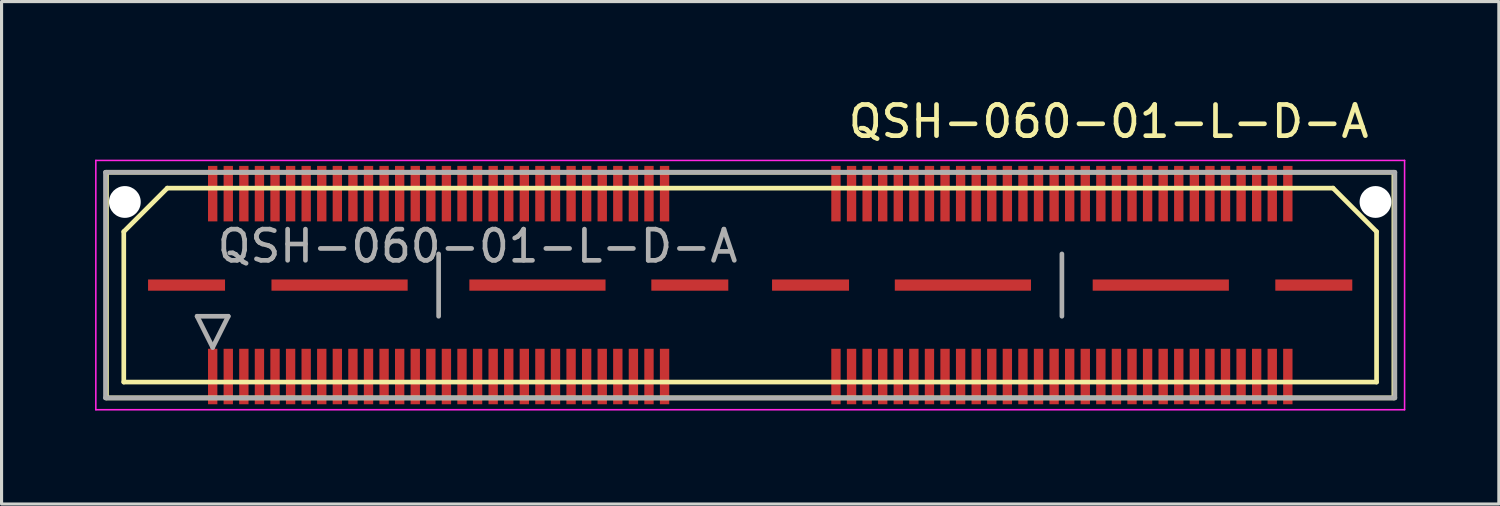
<source format=kicad_pcb>
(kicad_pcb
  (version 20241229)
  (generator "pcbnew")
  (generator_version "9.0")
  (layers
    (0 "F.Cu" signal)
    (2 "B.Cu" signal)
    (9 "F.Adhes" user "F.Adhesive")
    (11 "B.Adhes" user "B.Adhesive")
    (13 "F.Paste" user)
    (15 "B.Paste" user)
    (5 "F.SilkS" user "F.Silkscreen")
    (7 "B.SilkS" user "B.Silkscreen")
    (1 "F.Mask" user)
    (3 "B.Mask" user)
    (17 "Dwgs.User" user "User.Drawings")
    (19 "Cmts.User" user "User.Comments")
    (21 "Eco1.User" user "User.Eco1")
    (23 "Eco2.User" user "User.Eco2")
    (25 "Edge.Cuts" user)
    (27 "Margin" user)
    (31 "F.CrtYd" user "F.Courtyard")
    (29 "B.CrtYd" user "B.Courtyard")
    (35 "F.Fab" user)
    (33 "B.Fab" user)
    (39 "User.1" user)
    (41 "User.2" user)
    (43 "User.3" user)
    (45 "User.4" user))
  (footprint "QSH-060-01-L-D-A"
    (layer "F.Cu")
    (at 21.022 6.098)
    (property "Reference" "QSH-060-01-L-D-A" (at 11.503 -5.25 0) (layer "F.SilkS") (effects (font (size 1 1) (thickness 0.15))))
    (attr smd)
    (fp_line (start -20.655 -3.62) (end 20.655 -3.62) (stroke (width 0.15) (type solid)) (layer "F.SilkS"))
    (fp_line (start -20.655 3.62) (end -20.655 -3.62) (stroke (width 0.15) (type solid)) (layer "F.SilkS"))
    (fp_line (start -20.1 -1.715) (end -20.1 3.112) (stroke (width 0.15) (type solid)) (layer "F.SilkS"))
    (fp_line (start -20.1 3.112) (end 20.1 3.112) (stroke (width 0.15) (type solid)) (layer "F.SilkS"))
    (fp_line (start -18.703 -3.112) (end -20.1 -1.715) (stroke (width 0.15) (type solid)) (layer "F.SilkS"))
    (fp_line (start 18.703 -3.112) (end -18.703 -3.112) (stroke (width 0.15) (type solid)) (layer "F.SilkS"))
    (fp_line (start 20.1 -1.715) (end 18.703 -3.112) (stroke (width 0.15) (type solid)) (layer "F.SilkS"))
    (fp_line (start 20.1 3.112) (end 20.1 -1.715) (stroke (width 0.15) (type solid)) (layer "F.SilkS"))
    (fp_line (start 20.655 -3.62) (end 20.655 3.62) (stroke (width 0.15) (type solid)) (layer "F.SilkS"))
    (fp_line (start 20.655 3.62) (end -20.655 3.62) (stroke (width 0.15) (type solid)) (layer "F.SilkS"))
    (fp_line (start -20.997 -4) (end -20.997 4) (stroke (width 0.05) (type solid)) (layer "F.CrtYd"))
    (fp_line (start -20.997 -4) (end 20.999 -4) (stroke (width 0.05) (type solid)) (layer "F.CrtYd"))
    (fp_line (start 20.999 -4) (end 20.999 4) (stroke (width 0.05) (type solid)) (layer "F.CrtYd"))
    (fp_line (start 20.999 4) (end -20.997 4) (stroke (width 0.05) (type solid)) (layer "F.CrtYd"))
    (fp_line (start -20.687 -3.62) (end -20.687 3.62) (stroke (width 0.15) (type solid)) (layer "F.Fab"))
    (fp_line (start -20.687 3.62) (end 20.687 3.62) (stroke (width 0.15) (type solid)) (layer "F.Fab"))
    (fp_line (start -17.747 1) (end -16.747 1) (stroke (width 0.15) (type solid)) (layer "F.Fab"))
    (fp_line (start -17.247 2) (end -17.747 1) (stroke (width 0.15) (type solid)) (layer "F.Fab"))
    (fp_line (start -16.747 1) (end -17.247 2) (stroke (width 0.15) (type solid)) (layer "F.Fab"))
    (fp_line (start -9.997 -1) (end -9.997 1) (stroke (width 0.15) (type solid)) (layer "F.Fab"))
    (fp_line (start 10.003 -1) (end 10.003 1) (stroke (width 0.15) (type solid)) (layer "F.Fab"))
    (fp_line (start 20.687 -3.62) (end -20.687 -3.62) (stroke (width 0.15) (type solid)) (layer "F.Fab"))
    (fp_line (start 20.687 3.62) (end 20.687 -3.62) (stroke (width 0.15) (type solid)) (layer "F.Fab"))
    (fp_text user "${REFERENCE}" (at -8.747 -1.25 0) (layer "F.Fab") (effects (font (size 1 1) (thickness 0.15))))
    (pad "" np_thru_hole circle (at -20.066 -2.667) (size 1.02 1.02) (drill 1.02) (layers "*.Cu" "*.Mask"))
    (pad "" np_thru_hole circle (at 20.066 -2.667) (size 1.02 1.02) (drill 1.02) (layers "*.Cu" "*.Mask"))
    (pad "1" smd rect (at -17.247 2.934) (size 0.3 1.78) (layers "F.Cu" "F.Mask" "F.Paste"))
    (pad "2" smd rect (at -17.247 -2.934) (size 0.3 1.78) (layers "F.Cu" "F.Mask" "F.Paste"))
    (pad "3" smd rect (at -16.747 2.934) (size 0.3 1.78) (layers "F.Cu" "F.Mask" "F.Paste"))
    (pad "4" smd rect (at -16.747 -2.934) (size 0.3 1.78) (layers "F.Cu" "F.Mask" "F.Paste"))
    (pad "5" smd rect (at -16.247 2.934) (size 0.3 1.78) (layers "F.Cu" "F.Mask" "F.Paste"))
    (pad "6" smd rect (at -16.247 -2.934) (size 0.3 1.78) (layers "F.Cu" "F.Mask" "F.Paste"))
    (pad "7" smd rect (at -15.747 2.934) (size 0.3 1.78) (layers "F.Cu" "F.Mask" "F.Paste"))
    (pad "8" smd rect (at -15.747 -2.934) (size 0.3 1.78) (layers "F.Cu" "F.Mask" "F.Paste"))
    (pad "9" smd rect (at -15.247 2.934) (size 0.3 1.78) (layers "F.Cu" "F.Mask" "F.Paste"))
    (pad "10" smd rect (at -15.247 -2.934) (size 0.3 1.78) (layers "F.Cu" "F.Mask" "F.Paste"))
    (pad "11" smd rect (at -14.747 2.934) (size 0.3 1.78) (layers "F.Cu" "F.Mask" "F.Paste"))
    (pad "12" smd rect (at -14.747 -2.934) (size 0.3 1.78) (layers "F.Cu" "F.Mask" "F.Paste"))
    (pad "13" smd rect (at -14.247 2.934) (size 0.3 1.78) (layers "F.Cu" "F.Mask" "F.Paste"))
    (pad "14" smd rect (at -14.247 -2.934) (size 0.3 1.78) (layers "F.Cu" "F.Mask" "F.Paste"))
    (pad "15" smd rect (at -13.747 2.934) (size 0.3 1.78) (layers "F.Cu" "F.Mask" "F.Paste"))
    (pad "16" smd rect (at -13.747 -2.934) (size 0.3 1.78) (layers "F.Cu" "F.Mask" "F.Paste"))
    (pad "17" smd rect (at -13.247 2.934) (size 0.3 1.78) (layers "F.Cu" "F.Mask" "F.Paste"))
    (pad "18" smd rect (at -13.247 -2.934) (size 0.3 1.78) (layers "F.Cu" "F.Mask" "F.Paste"))
    (pad "19" smd rect (at -12.747 2.934) (size 0.3 1.78) (layers "F.Cu" "F.Mask" "F.Paste"))
    (pad "20" smd rect (at -12.747 -2.934) (size 0.3 1.78) (layers "F.Cu" "F.Mask" "F.Paste"))
    (pad "21" smd rect (at -12.247 2.934) (size 0.3 1.78) (layers "F.Cu" "F.Mask" "F.Paste"))
    (pad "22" smd rect (at -12.247 -2.934) (size 0.3 1.78) (layers "F.Cu" "F.Mask" "F.Paste"))
    (pad "23" smd rect (at -11.747 2.934) (size 0.3 1.78) (layers "F.Cu" "F.Mask" "F.Paste"))
    (pad "24" smd rect (at -11.747 -2.934) (size 0.3 1.78) (layers "F.Cu" "F.Mask" "F.Paste"))
    (pad "25" smd rect (at -11.247 2.934) (size 0.3 1.78) (layers "F.Cu" "F.Mask" "F.Paste"))
    (pad "26" smd rect (at -11.247 -2.934) (size 0.3 1.78) (layers "F.Cu" "F.Mask" "F.Paste"))
    (pad "27" smd rect (at -10.747 2.934) (size 0.3 1.78) (layers "F.Cu" "F.Mask" "F.Paste"))
    (pad "28" smd rect (at -10.747 -2.934) (size 0.3 1.78) (layers "F.Cu" "F.Mask" "F.Paste"))
    (pad "29" smd rect (at -10.247 2.934) (size 0.3 1.78) (layers "F.Cu" "F.Mask" "F.Paste"))
    (pad "30" smd rect (at -10.247 -2.934) (size 0.3 1.78) (layers "F.Cu" "F.Mask" "F.Paste"))
    (pad "31" smd rect (at -9.747 2.934) (size 0.3 1.78) (layers "F.Cu" "F.Mask" "F.Paste"))
    (pad "32" smd rect (at -9.747 -2.934) (size 0.3 1.78) (layers "F.Cu" "F.Mask" "F.Paste"))
    (pad "33" smd rect (at -9.247 2.934) (size 0.3 1.78) (layers "F.Cu" "F.Mask" "F.Paste"))
    (pad "34" smd rect (at -9.247 -2.934) (size 0.3 1.78) (layers "F.Cu" "F.Mask" "F.Paste"))
    (pad "35" smd rect (at -8.747 2.934) (size 0.3 1.78) (layers "F.Cu" "F.Mask" "F.Paste"))
    (pad "36" smd rect (at -8.747 -2.934) (size 0.3 1.78) (layers "F.Cu" "F.Mask" "F.Paste"))
    (pad "37" smd rect (at -8.247 2.934) (size 0.3 1.78) (layers "F.Cu" "F.Mask" "F.Paste"))
    (pad "38" smd rect (at -8.247 -2.934) (size 0.3 1.78) (layers "F.Cu" "F.Mask" "F.Paste"))
    (pad "39" smd rect (at -7.747 2.934) (size 0.3 1.78) (layers "F.Cu" "F.Mask" "F.Paste"))
    (pad "40" smd rect (at -7.747 -2.934) (size 0.3 1.78) (layers "F.Cu" "F.Mask" "F.Paste"))
    (pad "41" smd rect (at -7.247 2.934) (size 0.3 1.78) (layers "F.Cu" "F.Mask" "F.Paste"))
    (pad "42" smd rect (at -7.247 -2.934) (size 0.3 1.78) (layers "F.Cu" "F.Mask" "F.Paste"))
    (pad "43" smd rect (at -6.747 2.934) (size 0.3 1.78) (layers "F.Cu" "F.Mask" "F.Paste"))
    (pad "44" smd rect (at -6.747 -2.934) (size 0.3 1.78) (layers "F.Cu" "F.Mask" "F.Paste"))
    (pad "45" smd rect (at -6.247 2.934) (size 0.3 1.78) (layers "F.Cu" "F.Mask" "F.Paste"))
    (pad "46" smd rect (at -6.247 -2.934) (size 0.3 1.78) (layers "F.Cu" "F.Mask" "F.Paste"))
    (pad "47" smd rect (at -5.747 2.934) (size 0.3 1.78) (layers "F.Cu" "F.Mask" "F.Paste"))
    (pad "48" smd rect (at -5.747 -2.934) (size 0.3 1.78) (layers "F.Cu" "F.Mask" "F.Paste"))
    (pad "49" smd rect (at -5.247 2.934) (size 0.3 1.78) (layers "F.Cu" "F.Mask" "F.Paste"))
    (pad "50" smd rect (at -5.247 -2.934) (size 0.3 1.78) (layers "F.Cu" "F.Mask" "F.Paste"))
    (pad "51" smd rect (at -4.747 2.934) (size 0.3 1.78) (layers "F.Cu" "F.Mask" "F.Paste"))
    (pad "52" smd rect (at -4.747 -2.934) (size 0.3 1.78) (layers "F.Cu" "F.Mask" "F.Paste"))
    (pad "53" smd rect (at -4.247 2.934) (size 0.3 1.78) (layers "F.Cu" "F.Mask" "F.Paste"))
    (pad "54" smd rect (at -4.247 -2.934) (size 0.3 1.78) (layers "F.Cu" "F.Mask" "F.Paste"))
    (pad "55" smd rect (at -3.747 2.934) (size 0.3 1.78) (layers "F.Cu" "F.Mask" "F.Paste"))
    (pad "56" smd rect (at -3.747 -2.934) (size 0.3 1.78) (layers "F.Cu" "F.Mask" "F.Paste"))
    (pad "57" smd rect (at -3.247 2.934) (size 0.3 1.78) (layers "F.Cu" "F.Mask" "F.Paste"))
    (pad "58" smd rect (at -3.247 -2.934) (size 0.3 1.78) (layers "F.Cu" "F.Mask" "F.Paste"))
    (pad "59" smd rect (at -2.747 2.934) (size 0.3 1.78) (layers "F.Cu" "F.Mask" "F.Paste"))
    (pad "60" smd rect (at -2.747 -2.934) (size 0.3 1.78) (layers "F.Cu" "F.Mask" "F.Paste"))
    (pad "61" smd rect (at 2.753 2.934) (size 0.3 1.78) (layers "F.Cu" "F.Mask" "F.Paste"))
    (pad "62" smd rect (at 2.753 -2.934) (size 0.3 1.78) (layers "F.Cu" "F.Mask" "F.Paste"))
    (pad "63" smd rect (at 3.253 2.934) (size 0.3 1.78) (layers "F.Cu" "F.Mask" "F.Paste"))
    (pad "64" smd rect (at 3.253 -2.934) (size 0.3 1.78) (layers "F.Cu" "F.Mask" "F.Paste"))
    (pad "65" smd rect (at 3.753 2.934) (size 0.3 1.78) (layers "F.Cu" "F.Mask" "F.Paste"))
    (pad "66" smd rect (at 3.753 -2.934) (size 0.3 1.78) (layers "F.Cu" "F.Mask" "F.Paste"))
    (pad "67" smd rect (at 4.253 2.934) (size 0.3 1.78) (layers "F.Cu" "F.Mask" "F.Paste"))
    (pad "68" smd rect (at 4.253 -2.934) (size 0.3 1.78) (layers "F.Cu" "F.Mask" "F.Paste"))
    (pad "69" smd rect (at 4.753 2.934) (size 0.3 1.78) (layers "F.Cu" "F.Mask" "F.Paste"))
    (pad "70" smd rect (at 4.753 -2.934) (size 0.3 1.78) (layers "F.Cu" "F.Mask" "F.Paste"))
    (pad "71" smd rect (at 5.253 2.934) (size 0.3 1.78) (layers "F.Cu" "F.Mask" "F.Paste"))
    (pad "72" smd rect (at 5.253 -2.934) (size 0.3 1.78) (layers "F.Cu" "F.Mask" "F.Paste"))
    (pad "73" smd rect (at 5.753 2.934) (size 0.3 1.78) (layers "F.Cu" "F.Mask" "F.Paste"))
    (pad "74" smd rect (at 5.753 -2.934) (size 0.3 1.78) (layers "F.Cu" "F.Mask" "F.Paste"))
    (pad "75" smd rect (at 6.253 2.934) (size 0.3 1.78) (layers "F.Cu" "F.Mask" "F.Paste"))
    (pad "76" smd rect (at 6.253 -2.934) (size 0.3 1.78) (layers "F.Cu" "F.Mask" "F.Paste"))
    (pad "77" smd rect (at 6.753 2.934) (size 0.3 1.78) (layers "F.Cu" "F.Mask" "F.Paste"))
    (pad "78" smd rect (at 6.753 -2.934) (size 0.3 1.78) (layers "F.Cu" "F.Mask" "F.Paste"))
    (pad "79" smd rect (at 7.253 2.934) (size 0.3 1.78) (layers "F.Cu" "F.Mask" "F.Paste"))
    (pad "80" smd rect (at 7.253 -2.934) (size 0.3 1.78) (layers "F.Cu" "F.Mask" "F.Paste"))
    (pad "81" smd rect (at 7.753 2.934) (size 0.3 1.78) (layers "F.Cu" "F.Mask" "F.Paste"))
    (pad "82" smd rect (at 7.753 -2.934) (size 0.3 1.78) (layers "F.Cu" "F.Mask" "F.Paste"))
    (pad "83" smd rect (at 8.253 2.934) (size 0.3 1.78) (layers "F.Cu" "F.Mask" "F.Paste"))
    (pad "84" smd rect (at 8.253 -2.934) (size 0.3 1.78) (layers "F.Cu" "F.Mask" "F.Paste"))
    (pad "85" smd rect (at 8.753 2.934) (size 0.3 1.78) (layers "F.Cu" "F.Mask" "F.Paste"))
    (pad "86" smd rect (at 8.753 -2.934) (size 0.3 1.78) (layers "F.Cu" "F.Mask" "F.Paste"))
    (pad "87" smd rect (at 9.253 2.934) (size 0.3 1.78) (layers "F.Cu" "F.Mask" "F.Paste"))
    (pad "88" smd rect (at 9.253 -2.934) (size 0.3 1.78) (layers "F.Cu" "F.Mask" "F.Paste"))
    (pad "89" smd rect (at 9.753 2.934) (size 0.3 1.78) (layers "F.Cu" "F.Mask" "F.Paste"))
    (pad "90" smd rect (at 9.753 -2.934) (size 0.3 1.78) (layers "F.Cu" "F.Mask" "F.Paste"))
    (pad "91" smd rect (at 10.253 2.934) (size 0.3 1.78) (layers "F.Cu" "F.Mask" "F.Paste"))
    (pad "92" smd rect (at 10.253 -2.934) (size 0.3 1.78) (layers "F.Cu" "F.Mask" "F.Paste"))
    (pad "93" smd rect (at 10.753 2.934) (size 0.3 1.78) (layers "F.Cu" "F.Mask" "F.Paste"))
    (pad "94" smd rect (at 10.753 -2.934) (size 0.3 1.78) (layers "F.Cu" "F.Mask" "F.Paste"))
    (pad "95" smd rect (at 11.253 2.934) (size 0.3 1.78) (layers "F.Cu" "F.Mask" "F.Paste"))
    (pad "96" smd rect (at 11.253 -2.934) (size 0.3 1.78) (layers "F.Cu" "F.Mask" "F.Paste"))
    (pad "97" smd rect (at 11.753 2.934) (size 0.3 1.78) (layers "F.Cu" "F.Mask" "F.Paste"))
    (pad "98" smd rect (at 11.753 -2.934) (size 0.3 1.78) (layers "F.Cu" "F.Mask" "F.Paste"))
    (pad "99" smd rect (at 12.253 2.934) (size 0.3 1.78) (layers "F.Cu" "F.Mask" "F.Paste"))
    (pad "100" smd rect (at 12.253 -2.934) (size 0.3 1.78) (layers "F.Cu" "F.Mask" "F.Paste"))
    (pad "101" smd rect (at 12.753 2.934) (size 0.3 1.78) (layers "F.Cu" "F.Mask" "F.Paste"))
    (pad "102" smd rect (at 12.753 -2.934) (size 0.3 1.78) (layers "F.Cu" "F.Mask" "F.Paste"))
    (pad "103" smd rect (at 13.253 2.934) (size 0.3 1.78) (layers "F.Cu" "F.Mask" "F.Paste"))
    (pad "104" smd rect (at 13.253 -2.934) (size 0.3 1.78) (layers "F.Cu" "F.Mask" "F.Paste"))
    (pad "105" smd rect (at 13.753 2.934) (size 0.3 1.78) (layers "F.Cu" "F.Mask" "F.Paste"))
    (pad "106" smd rect (at 13.753 -2.934) (size 0.3 1.78) (layers "F.Cu" "F.Mask" "F.Paste"))
    (pad "107" smd rect (at 14.253 2.934) (size 0.3 1.78) (layers "F.Cu" "F.Mask" "F.Paste"))
    (pad "108" smd rect (at 14.253 -2.934) (size 0.3 1.78) (layers "F.Cu" "F.Mask" "F.Paste"))
    (pad "109" smd rect (at 14.753 2.934) (size 0.3 1.78) (layers "F.Cu" "F.Mask" "F.Paste"))
    (pad "110" smd rect (at 14.753 -2.934) (size 0.3 1.78) (layers "F.Cu" "F.Mask" "F.Paste"))
    (pad "111" smd rect (at 15.253 2.934) (size 0.3 1.78) (layers "F.Cu" "F.Mask" "F.Paste"))
    (pad "112" smd rect (at 15.253 -2.934) (size 0.3 1.78) (layers "F.Cu" "F.Mask" "F.Paste"))
    (pad "113" smd rect (at 15.753 2.934) (size 0.3 1.78) (layers "F.Cu" "F.Mask" "F.Paste"))
    (pad "114" smd rect (at 15.753 -2.934) (size 0.3 1.78) (layers "F.Cu" "F.Mask" "F.Paste"))
    (pad "115" smd rect (at 16.253 2.934) (size 0.3 1.78) (layers "F.Cu" "F.Mask" "F.Paste"))
    (pad "116" smd rect (at 16.253 -2.934) (size 0.3 1.78) (layers "F.Cu" "F.Mask" "F.Paste"))
    (pad "117" smd rect (at 16.753 2.934) (size 0.3 1.78) (layers "F.Cu" "F.Mask" "F.Paste"))
    (pad "118" smd rect (at 16.753 -2.934) (size 0.3 1.78) (layers "F.Cu" "F.Mask" "F.Paste"))
    (pad "119" smd rect (at 17.253 2.934) (size 0.3 1.78) (layers "F.Cu" "F.Mask" "F.Paste"))
    (pad "120" smd rect (at 17.253 -2.934) (size 0.3 1.78) (layers "F.Cu" "F.Mask" "F.Paste"))
    (pad "121" smd rect (at -18.086 0) (size 2.47 0.36) (layers "F.Cu" "F.Mask" "F.Paste"))
    (pad "122" smd rect (at -13.176 0) (size 4.37 0.36) (layers "F.Cu" "F.Mask" "F.Paste"))
    (pad "123" smd rect (at -6.826 0) (size 4.37 0.36) (layers "F.Cu" "F.Mask" "F.Paste"))
    (pad "124" smd rect (at -1.937 0) (size 2.47 0.36) (layers "F.Cu" "F.Mask" "F.Paste"))
    (pad "125" smd rect (at 1.937 0) (size 2.47 0.36) (layers "F.Cu" "F.Mask" "F.Paste"))
    (pad "126" smd rect (at 6.826 0) (size 4.37 0.36) (layers "F.Cu" "F.Mask" "F.Paste"))
    (pad "127" smd rect (at 13.176 0) (size 4.37 0.36) (layers "F.Cu" "F.Mask" "F.Paste"))
    (pad "128" smd rect (at 18.086 0) (size 2.47 0.36) (layers "F.Cu" "F.Mask" "F.Paste")))
  (gr_rect
    (start -3 -3)
    (end 45.046 13.123)
    (stroke (width 0.1) (type default))
    (fill no)
    (layer "Edge.Cuts")))
</source>
